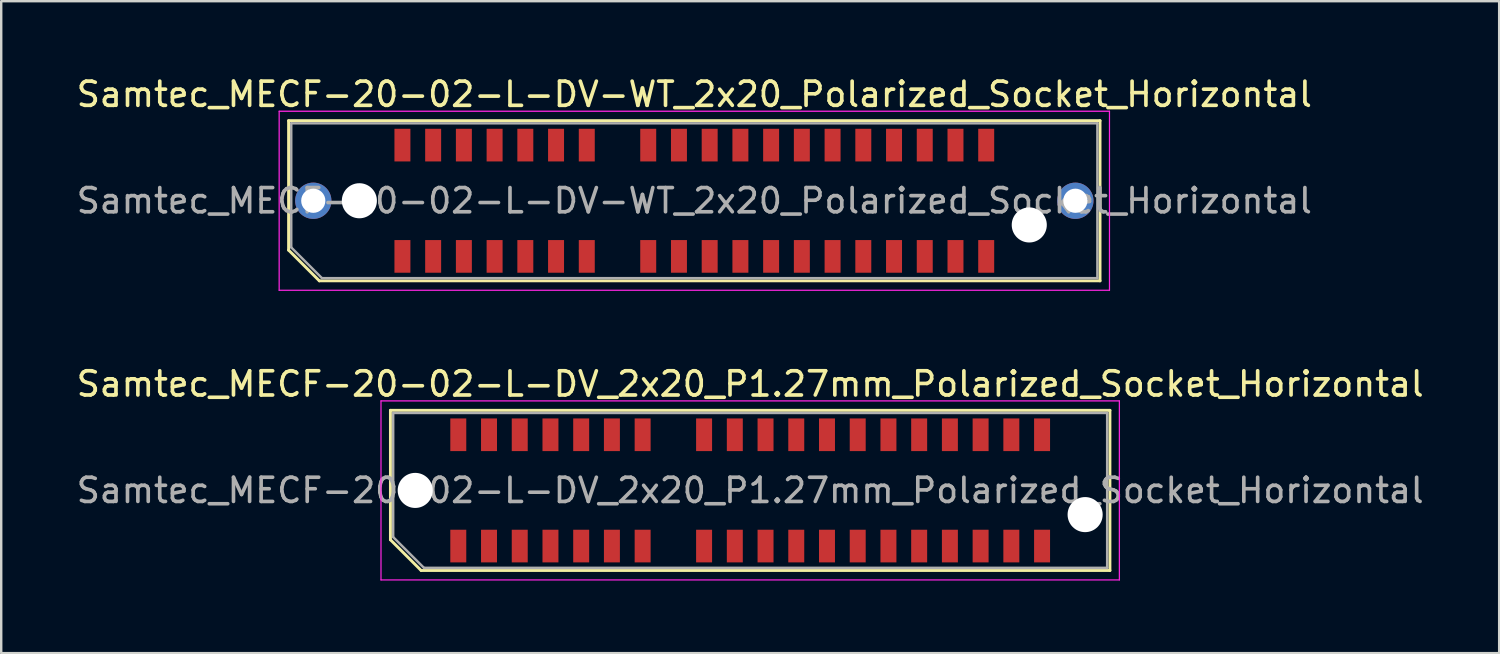
<source format=kicad_pcb>
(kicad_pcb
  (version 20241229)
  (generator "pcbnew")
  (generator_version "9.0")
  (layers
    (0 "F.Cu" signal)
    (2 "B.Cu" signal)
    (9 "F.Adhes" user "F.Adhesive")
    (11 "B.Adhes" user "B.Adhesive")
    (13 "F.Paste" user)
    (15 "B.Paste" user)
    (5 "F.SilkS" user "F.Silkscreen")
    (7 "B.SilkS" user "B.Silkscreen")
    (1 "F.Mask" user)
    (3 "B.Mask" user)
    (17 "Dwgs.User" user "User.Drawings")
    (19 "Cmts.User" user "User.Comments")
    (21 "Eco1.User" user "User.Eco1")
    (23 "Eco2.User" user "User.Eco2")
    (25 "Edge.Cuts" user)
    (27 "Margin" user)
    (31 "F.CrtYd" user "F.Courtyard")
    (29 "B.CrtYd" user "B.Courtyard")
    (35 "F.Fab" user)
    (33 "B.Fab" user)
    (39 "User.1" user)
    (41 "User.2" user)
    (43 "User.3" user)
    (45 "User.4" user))
  (footprint "Samtec_MECF-20-02-L-DV_2x20_P1.27mm_Polarized_Socket_Horizontal"
    (layer "F.Cu")
    (at 27.958 17.221)
    (property "Reference" "Samtec_MECF-20-02-L-DV_2x20_P1.27mm_Polarized_Socket_Horizontal" (at 0 -4.4 0) (layer "F.SilkS") (effects (font (size 1 1) (thickness 0.15))))
    (attr smd)
    (fp_line (start -14.87 -3.31) (end 14.87 -3.31) (stroke (width 0.12) (type solid)) (layer "F.SilkS"))
    (fp_line (start -14.87 2.04) (end -14.87 -3.31) (stroke (width 0.12) (type solid)) (layer "F.SilkS"))
    (fp_line (start -13.6 3.31) (end -14.87 2.04) (stroke (width 0.12) (type solid)) (layer "F.SilkS"))
    (fp_line (start -13.6 3.31) (end 14.87 3.31) (stroke (width 0.12) (type solid)) (layer "F.SilkS"))
    (fp_line (start 14.87 3.31) (end 14.87 -3.31) (stroke (width 0.12) (type solid)) (layer "F.SilkS"))
    (fp_line (start -15.26 -3.7) (end -15.26 3.7) (stroke (width 0.05) (type solid)) (layer "F.CrtYd"))
    (fp_line (start -15.26 3.7) (end 15.26 3.7) (stroke (width 0.05) (type solid)) (layer "F.CrtYd"))
    (fp_line (start 15.26 -3.7) (end -15.26 -3.7) (stroke (width 0.05) (type solid)) (layer "F.CrtYd"))
    (fp_line (start 15.26 3.7) (end 15.26 -3.7) (stroke (width 0.05) (type solid)) (layer "F.CrtYd"))
    (fp_line (start -14.755 -3.2) (end 14.755 -3.2) (stroke (width 0.1) (type solid)) (layer "F.Fab"))
    (fp_line (start -14.755 1.93) (end -14.755 -3.2) (stroke (width 0.1) (type solid)) (layer "F.Fab"))
    (fp_line (start -14.755 1.93) (end -13.485 3.2) (stroke (width 0.1) (type solid)) (layer "F.Fab"))
    (fp_line (start -13.485 3.2) (end 14.755 3.2) (stroke (width 0.1) (type solid)) (layer "F.Fab"))
    (fp_line (start 14.755 3.2) (end 14.755 -3.2) (stroke (width 0.1) (type solid)) (layer "F.Fab"))
    (fp_text user "${REFERENCE}" (at 0 0 0) (layer "F.Fab") (effects (font (size 1 1) (thickness 0.15))))
    (pad "" np_thru_hole circle (at -13.845 0) (size 1.45 1.45) (drill 1.45) (layers "*.Cu" "*.Mask"))
    (pad "" np_thru_hole circle (at 13.845 1) (size 1.45 1.45) (drill 1.45) (layers "*.Cu" "*.Mask"))
    (pad "1" smd rect (at -12.065 2.3) (size 0.66 1.35) (layers "F.Cu" "F.Mask" "F.Paste"))
    (pad "2" smd rect (at -12.065 -2.3) (size 0.66 1.35) (layers "F.Cu" "F.Mask" "F.Paste"))
    (pad "3" smd rect (at -10.795 2.3) (size 0.66 1.35) (layers "F.Cu" "F.Mask" "F.Paste"))
    (pad "4" smd rect (at -10.795 -2.3) (size 0.66 1.35) (layers "F.Cu" "F.Mask" "F.Paste"))
    (pad "5" smd rect (at -9.525 2.3) (size 0.66 1.35) (layers "F.Cu" "F.Mask" "F.Paste"))
    (pad "6" smd rect (at -9.525 -2.3) (size 0.66 1.35) (layers "F.Cu" "F.Mask" "F.Paste"))
    (pad "7" smd rect (at -8.255 2.3) (size 0.66 1.35) (layers "F.Cu" "F.Mask" "F.Paste"))
    (pad "8" smd rect (at -8.255 -2.3) (size 0.66 1.35) (layers "F.Cu" "F.Mask" "F.Paste"))
    (pad "9" smd rect (at -6.985 2.3) (size 0.66 1.35) (layers "F.Cu" "F.Mask" "F.Paste"))
    (pad "10" smd rect (at -6.985 -2.3) (size 0.66 1.35) (layers "F.Cu" "F.Mask" "F.Paste"))
    (pad "11" smd rect (at -5.715 2.3) (size 0.66 1.35) (layers "F.Cu" "F.Mask" "F.Paste"))
    (pad "12" smd rect (at -5.715 -2.3) (size 0.66 1.35) (layers "F.Cu" "F.Mask" "F.Paste"))
    (pad "13" smd rect (at -4.445 2.3) (size 0.66 1.35) (layers "F.Cu" "F.Mask" "F.Paste"))
    (pad "14" smd rect (at -4.445 -2.3) (size 0.66 1.35) (layers "F.Cu" "F.Mask" "F.Paste"))
    (pad "17" smd rect (at -1.905 2.3) (size 0.66 1.35) (layers "F.Cu" "F.Mask" "F.Paste"))
    (pad "18" smd rect (at -1.905 -2.3) (size 0.66 1.35) (layers "F.Cu" "F.Mask" "F.Paste"))
    (pad "19" smd rect (at -0.635 2.3) (size 0.66 1.35) (layers "F.Cu" "F.Mask" "F.Paste"))
    (pad "20" smd rect (at -0.635 -2.3) (size 0.66 1.35) (layers "F.Cu" "F.Mask" "F.Paste"))
    (pad "21" smd rect (at 0.635 2.3) (size 0.66 1.35) (layers "F.Cu" "F.Mask" "F.Paste"))
    (pad "22" smd rect (at 0.635 -2.3) (size 0.66 1.35) (layers "F.Cu" "F.Mask" "F.Paste"))
    (pad "23" smd rect (at 1.905 2.3) (size 0.66 1.35) (layers "F.Cu" "F.Mask" "F.Paste"))
    (pad "24" smd rect (at 1.905 -2.3) (size 0.66 1.35) (layers "F.Cu" "F.Mask" "F.Paste"))
    (pad "25" smd rect (at 3.175 2.3) (size 0.66 1.35) (layers "F.Cu" "F.Mask" "F.Paste"))
    (pad "26" smd rect (at 3.175 -2.3) (size 0.66 1.35) (layers "F.Cu" "F.Mask" "F.Paste"))
    (pad "27" smd rect (at 4.445 2.3) (size 0.66 1.35) (layers "F.Cu" "F.Mask" "F.Paste"))
    (pad "28" smd rect (at 4.445 -2.3) (size 0.66 1.35) (layers "F.Cu" "F.Mask" "F.Paste"))
    (pad "29" smd rect (at 5.715 2.3) (size 0.66 1.35) (layers "F.Cu" "F.Mask" "F.Paste"))
    (pad "30" smd rect (at 5.715 -2.3) (size 0.66 1.35) (layers "F.Cu" "F.Mask" "F.Paste"))
    (pad "31" smd rect (at 6.985 2.3) (size 0.66 1.35) (layers "F.Cu" "F.Mask" "F.Paste"))
    (pad "32" smd rect (at 6.985 -2.3) (size 0.66 1.35) (layers "F.Cu" "F.Mask" "F.Paste"))
    (pad "33" smd rect (at 8.255 2.3) (size 0.66 1.35) (layers "F.Cu" "F.Mask" "F.Paste"))
    (pad "34" smd rect (at 8.255 -2.3) (size 0.66 1.35) (layers "F.Cu" "F.Mask" "F.Paste"))
    (pad "35" smd rect (at 9.525 2.3) (size 0.66 1.35) (layers "F.Cu" "F.Mask" "F.Paste"))
    (pad "36" smd rect (at 9.525 -2.3) (size 0.66 1.35) (layers "F.Cu" "F.Mask" "F.Paste"))
    (pad "37" smd rect (at 10.795 2.3) (size 0.66 1.35) (layers "F.Cu" "F.Mask" "F.Paste"))
    (pad "38" smd rect (at 10.795 -2.3) (size 0.66 1.35) (layers "F.Cu" "F.Mask" "F.Paste"))
    (pad "39" smd rect (at 12.065 2.3) (size 0.66 1.35) (layers "F.Cu" "F.Mask" "F.Paste"))
    (pad "40" smd rect (at 12.065 -2.3) (size 0.66 1.35) (layers "F.Cu" "F.Mask" "F.Paste")))
  (footprint "Samtec_MECF-20-02-L-DV-WT_2x20_Polarized_Socket_Horizontal"
    (layer "F.Cu")
    (at 25.649 5.248)
    (property "Reference" "Samtec_MECF-20-02-L-DV-WT_2x20_Polarized_Socket_Horizontal" (at 0 -4.4 0) (layer "F.SilkS") (effects (font (size 1 1) (thickness 0.15))))
    (attr smd)
    (fp_line (start -16.77 -3.31) (end 16.77 -3.31) (stroke (width 0.12) (type solid)) (layer "F.SilkS"))
    (fp_line (start -16.77 2.04) (end -16.77 -3.31) (stroke (width 0.12) (type solid)) (layer "F.SilkS"))
    (fp_line (start -15.5 3.31) (end -16.77 2.04) (stroke (width 0.12) (type solid)) (layer "F.SilkS"))
    (fp_line (start -15.5 3.31) (end 16.77 3.31) (stroke (width 0.12) (type solid)) (layer "F.SilkS"))
    (fp_line (start 16.77 3.31) (end 16.77 -3.31) (stroke (width 0.12) (type solid)) (layer "F.SilkS"))
    (fp_line (start -17.16 -3.7) (end -17.16 3.7) (stroke (width 0.05) (type solid)) (layer "F.CrtYd"))
    (fp_line (start -17.16 3.7) (end 17.16 3.7) (stroke (width 0.05) (type solid)) (layer "F.CrtYd"))
    (fp_line (start 17.16 -3.7) (end -17.16 -3.7) (stroke (width 0.05) (type solid)) (layer "F.CrtYd"))
    (fp_line (start 17.16 3.7) (end 17.16 -3.7) (stroke (width 0.05) (type solid)) (layer "F.CrtYd"))
    (fp_line (start -16.66 -3.2) (end 16.66 -3.2) (stroke (width 0.1) (type solid)) (layer "F.Fab"))
    (fp_line (start -16.66 1.93) (end -16.66 -3.2) (stroke (width 0.1) (type solid)) (layer "F.Fab"))
    (fp_line (start -16.66 1.93) (end -15.39 3.2) (stroke (width 0.1) (type solid)) (layer "F.Fab"))
    (fp_line (start -15.39 3.2) (end 16.66 3.2) (stroke (width 0.1) (type solid)) (layer "F.Fab"))
    (fp_line (start 16.66 3.2) (end 16.66 -3.2) (stroke (width 0.1) (type solid)) (layer "F.Fab"))
    (fp_text user "${REFERENCE}" (at 0 0 0) (layer "F.Fab") (effects (font (size 1 1) (thickness 0.15))))
    (pad "" thru_hole circle (at -15.75 0) (size 1.5 1.5) (drill 1) (layers "*.Cu" "*.Mask"))
    (pad "" np_thru_hole circle (at -13.845 0) (size 1.45 1.45) (drill 1.45) (layers "*.Cu" "*.Mask"))
    (pad "" np_thru_hole circle (at 13.845 1) (size 1.45 1.45) (drill 1.45) (layers "*.Cu" "*.Mask"))
    (pad "" thru_hole circle (at 15.75 0) (size 1.5 1.5) (drill 1) (layers "*.Cu" "*.Mask"))
    (pad "1" smd rect (at -12.065 2.3) (size 0.66 1.35) (layers "F.Cu" "F.Mask" "F.Paste"))
    (pad "2" smd rect (at -12.065 -2.3) (size 0.66 1.35) (layers "F.Cu" "F.Mask" "F.Paste"))
    (pad "3" smd rect (at -10.795 2.3) (size 0.66 1.35) (layers "F.Cu" "F.Mask" "F.Paste"))
    (pad "4" smd rect (at -10.795 -2.3) (size 0.66 1.35) (layers "F.Cu" "F.Mask" "F.Paste"))
    (pad "5" smd rect (at -9.525 2.3) (size 0.66 1.35) (layers "F.Cu" "F.Mask" "F.Paste"))
    (pad "6" smd rect (at -9.525 -2.3) (size 0.66 1.35) (layers "F.Cu" "F.Mask" "F.Paste"))
    (pad "7" smd rect (at -8.255 2.3) (size 0.66 1.35) (layers "F.Cu" "F.Mask" "F.Paste"))
    (pad "8" smd rect (at -8.255 -2.3) (size 0.66 1.35) (layers "F.Cu" "F.Mask" "F.Paste"))
    (pad "9" smd rect (at -6.985 2.3) (size 0.66 1.35) (layers "F.Cu" "F.Mask" "F.Paste"))
    (pad "10" smd rect (at -6.985 -2.3) (size 0.66 1.35) (layers "F.Cu" "F.Mask" "F.Paste"))
    (pad "11" smd rect (at -5.715 2.3) (size 0.66 1.35) (layers "F.Cu" "F.Mask" "F.Paste"))
    (pad "12" smd rect (at -5.715 -2.3) (size 0.66 1.35) (layers "F.Cu" "F.Mask" "F.Paste"))
    (pad "13" smd rect (at -4.445 2.3) (size 0.66 1.35) (layers "F.Cu" "F.Mask" "F.Paste"))
    (pad "14" smd rect (at -4.445 -2.3) (size 0.66 1.35) (layers "F.Cu" "F.Mask" "F.Paste"))
    (pad "17" smd rect (at -1.905 2.3) (size 0.66 1.35) (layers "F.Cu" "F.Mask" "F.Paste"))
    (pad "18" smd rect (at -1.905 -2.3) (size 0.66 1.35) (layers "F.Cu" "F.Mask" "F.Paste"))
    (pad "19" smd rect (at -0.635 2.3) (size 0.66 1.35) (layers "F.Cu" "F.Mask" "F.Paste"))
    (pad "20" smd rect (at -0.635 -2.3) (size 0.66 1.35) (layers "F.Cu" "F.Mask" "F.Paste"))
    (pad "21" smd rect (at 0.635 2.3) (size 0.66 1.35) (layers "F.Cu" "F.Mask" "F.Paste"))
    (pad "22" smd rect (at 0.635 -2.3) (size 0.66 1.35) (layers "F.Cu" "F.Mask" "F.Paste"))
    (pad "23" smd rect (at 1.905 2.3) (size 0.66 1.35) (layers "F.Cu" "F.Mask" "F.Paste"))
    (pad "24" smd rect (at 1.905 -2.3) (size 0.66 1.35) (layers "F.Cu" "F.Mask" "F.Paste"))
    (pad "25" smd rect (at 3.175 2.3) (size 0.66 1.35) (layers "F.Cu" "F.Mask" "F.Paste"))
    (pad "26" smd rect (at 3.175 -2.3) (size 0.66 1.35) (layers "F.Cu" "F.Mask" "F.Paste"))
    (pad "27" smd rect (at 4.445 2.3) (size 0.66 1.35) (layers "F.Cu" "F.Mask" "F.Paste"))
    (pad "28" smd rect (at 4.445 -2.3) (size 0.66 1.35) (layers "F.Cu" "F.Mask" "F.Paste"))
    (pad "29" smd rect (at 5.715 2.3) (size 0.66 1.35) (layers "F.Cu" "F.Mask" "F.Paste"))
    (pad "30" smd rect (at 5.715 -2.3) (size 0.66 1.35) (layers "F.Cu" "F.Mask" "F.Paste"))
    (pad "31" smd rect (at 6.985 2.3) (size 0.66 1.35) (layers "F.Cu" "F.Mask" "F.Paste"))
    (pad "32" smd rect (at 6.985 -2.3) (size 0.66 1.35) (layers "F.Cu" "F.Mask" "F.Paste"))
    (pad "33" smd rect (at 8.255 2.3) (size 0.66 1.35) (layers "F.Cu" "F.Mask" "F.Paste"))
    (pad "34" smd rect (at 8.255 -2.3) (size 0.66 1.35) (layers "F.Cu" "F.Mask" "F.Paste"))
    (pad "35" smd rect (at 9.525 2.3) (size 0.66 1.35) (layers "F.Cu" "F.Mask" "F.Paste"))
    (pad "36" smd rect (at 9.525 -2.3) (size 0.66 1.35) (layers "F.Cu" "F.Mask" "F.Paste"))
    (pad "37" smd rect (at 10.795 2.3) (size 0.66 1.35) (layers "F.Cu" "F.Mask" "F.Paste"))
    (pad "38" smd rect (at 10.795 -2.3) (size 0.66 1.35) (layers "F.Cu" "F.Mask" "F.Paste"))
    (pad "39" smd rect (at 12.065 2.3) (size 0.66 1.35) (layers "F.Cu" "F.Mask" "F.Paste"))
    (pad "40" smd rect (at 12.065 -2.3) (size 0.66 1.35) (layers "F.Cu" "F.Mask" "F.Paste")))
  (gr_rect
    (start -3 -3)
    (end 58.917 23.947)
    (stroke (width 0.1) (type default))
    (fill no)
    (layer "Edge.Cuts")))
</source>
